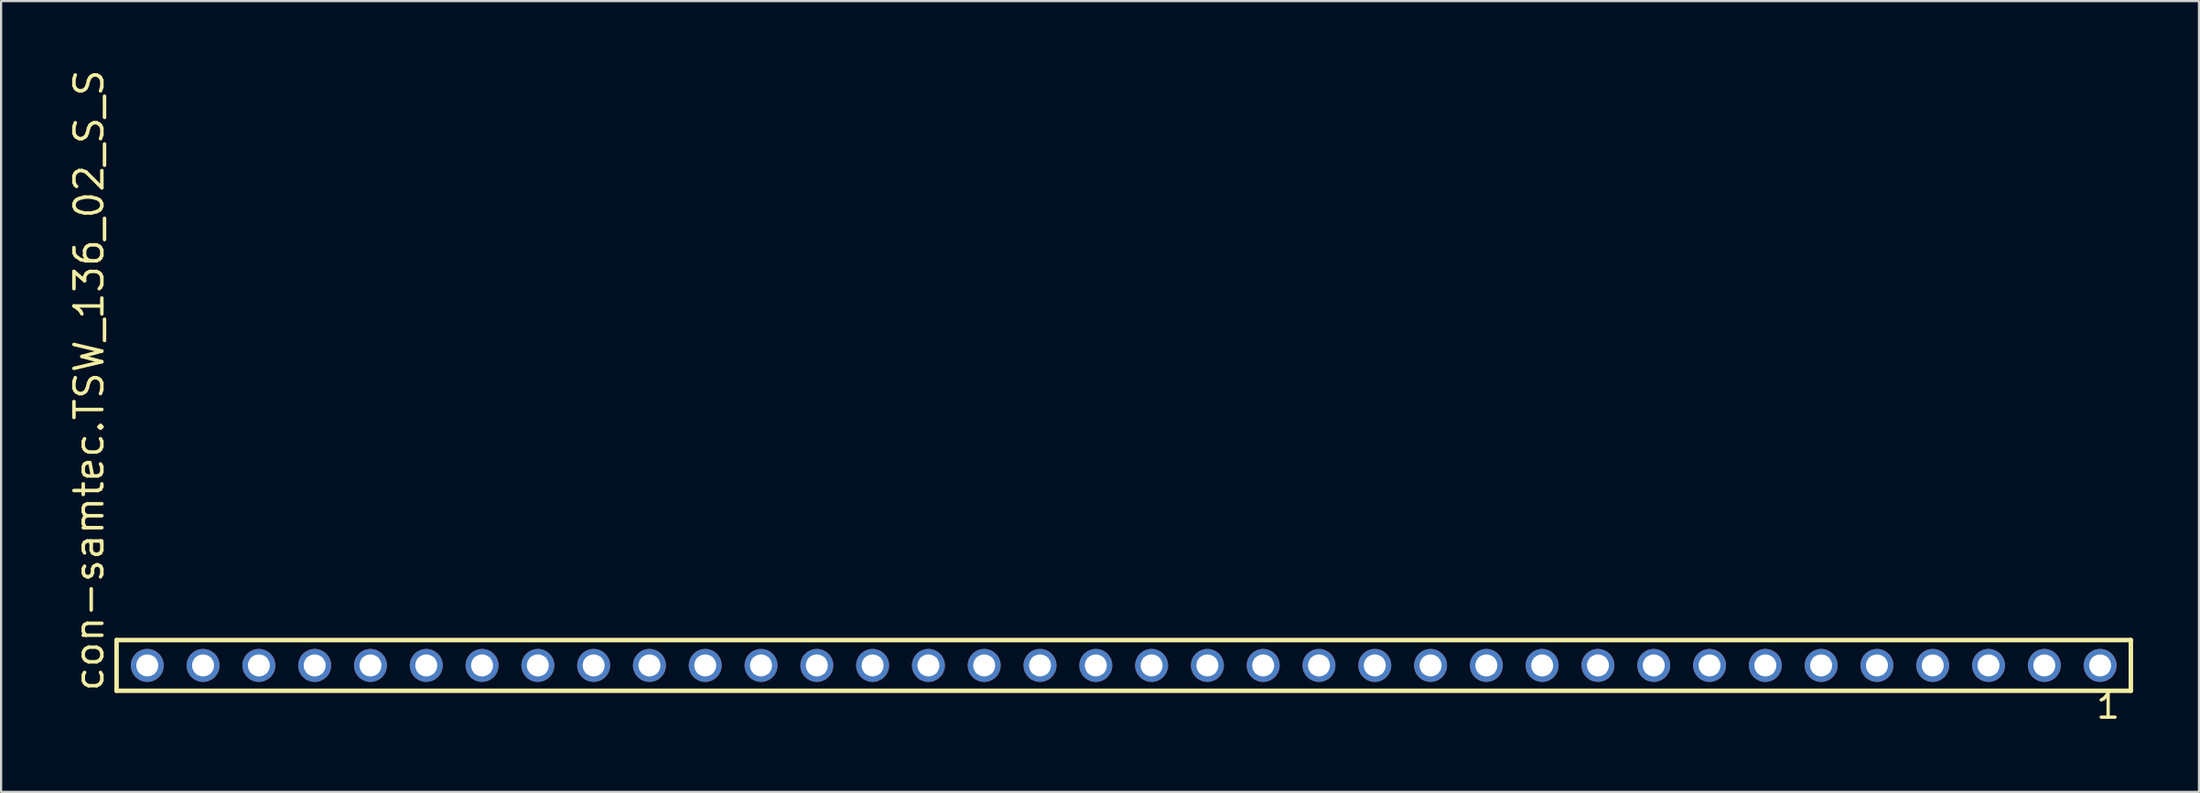
<source format=kicad_pcb>
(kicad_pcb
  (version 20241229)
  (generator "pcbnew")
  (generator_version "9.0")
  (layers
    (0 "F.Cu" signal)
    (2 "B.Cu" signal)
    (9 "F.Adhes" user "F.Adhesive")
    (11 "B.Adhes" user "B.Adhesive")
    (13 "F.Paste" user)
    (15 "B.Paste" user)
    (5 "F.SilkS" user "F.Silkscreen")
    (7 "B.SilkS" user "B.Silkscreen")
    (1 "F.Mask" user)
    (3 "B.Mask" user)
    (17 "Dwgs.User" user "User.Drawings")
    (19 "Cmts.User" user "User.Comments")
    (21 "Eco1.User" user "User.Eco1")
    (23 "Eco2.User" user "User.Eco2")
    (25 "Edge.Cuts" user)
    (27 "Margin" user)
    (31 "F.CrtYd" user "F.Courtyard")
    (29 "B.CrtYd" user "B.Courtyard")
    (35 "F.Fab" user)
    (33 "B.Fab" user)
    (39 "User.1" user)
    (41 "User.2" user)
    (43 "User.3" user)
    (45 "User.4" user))
  (footprint "con-samtec.TSW_136_02_S_S"
    (layer "F.Cu")
    (at 48.105 27.259)
    (property "Reference" "con-samtec.TSW_136_02_S_S" (at -46.355 1.27 90) (layer "F.SilkS") (effects (font (size 1.27 1.27) (thickness 0.16)) (justify left bottom)))
    (attr through_hole)
    (fp_line (start -45.849 -1.155) (end 45.849 -1.155) (stroke (width 0.203) (type default)) (layer "F.SilkS"))
    (fp_line (start -45.849 1.155) (end -45.849 -1.155) (stroke (width 0.203) (type default)) (layer "F.SilkS"))
    (fp_line (start 45.849 -1.155) (end 45.849 1.155) (stroke (width 0.203) (type default)) (layer "F.SilkS"))
    (fp_line (start 45.849 1.155) (end -45.849 1.155) (stroke (width 0.203) (type default)) (layer "F.SilkS"))
    (fp_rect (start -44.8 0.35) (end -44.1 -0.35) (stroke (width 0.05) (type default)) (fill no) (layer "F.Fab"))
    (fp_rect (start -42.26 0.35) (end -41.56 -0.35) (stroke (width 0.05) (type default)) (fill no) (layer "F.Fab"))
    (fp_rect (start -39.72 0.35) (end -39.02 -0.35) (stroke (width 0.05) (type default)) (fill no) (layer "F.Fab"))
    (fp_rect (start -37.18 0.35) (end -36.48 -0.35) (stroke (width 0.05) (type default)) (fill no) (layer "F.Fab"))
    (fp_rect (start -34.64 0.35) (end -33.94 -0.35) (stroke (width 0.05) (type default)) (fill no) (layer "F.Fab"))
    (fp_rect (start -32.1 0.35) (end -31.4 -0.35) (stroke (width 0.05) (type default)) (fill no) (layer "F.Fab"))
    (fp_rect (start -29.56 0.35) (end -28.86 -0.35) (stroke (width 0.05) (type default)) (fill no) (layer "F.Fab"))
    (fp_rect (start -27.02 0.35) (end -26.32 -0.35) (stroke (width 0.05) (type default)) (fill no) (layer "F.Fab"))
    (fp_rect (start -24.48 0.35) (end -23.78 -0.35) (stroke (width 0.05) (type default)) (fill no) (layer "F.Fab"))
    (fp_rect (start -21.94 0.35) (end -21.24 -0.35) (stroke (width 0.05) (type default)) (fill no) (layer "F.Fab"))
    (fp_rect (start -19.4 0.35) (end -18.7 -0.35) (stroke (width 0.05) (type default)) (fill no) (layer "F.Fab"))
    (fp_rect (start -16.86 0.35) (end -16.16 -0.35) (stroke (width 0.05) (type default)) (fill no) (layer "F.Fab"))
    (fp_rect (start -14.32 0.35) (end -13.62 -0.35) (stroke (width 0.05) (type default)) (fill no) (layer "F.Fab"))
    (fp_rect (start -11.78 0.35) (end -11.08 -0.35) (stroke (width 0.05) (type default)) (fill no) (layer "F.Fab"))
    (fp_rect (start -9.24 0.35) (end -8.54 -0.35) (stroke (width 0.05) (type default)) (fill no) (layer "F.Fab"))
    (fp_rect (start -6.7 0.35) (end -6 -0.35) (stroke (width 0.05) (type default)) (fill no) (layer "F.Fab"))
    (fp_rect (start -4.16 0.35) (end -3.46 -0.35) (stroke (width 0.05) (type default)) (fill no) (layer "F.Fab"))
    (fp_rect (start -1.62 0.35) (end -0.92 -0.35) (stroke (width 0.05) (type default)) (fill no) (layer "F.Fab"))
    (fp_rect (start 0.92 0.35) (end 1.62 -0.35) (stroke (width 0.05) (type default)) (fill no) (layer "F.Fab"))
    (fp_rect (start 3.46 0.35) (end 4.16 -0.35) (stroke (width 0.05) (type default)) (fill no) (layer "F.Fab"))
    (fp_rect (start 6 0.35) (end 6.7 -0.35) (stroke (width 0.05) (type default)) (fill no) (layer "F.Fab"))
    (fp_rect (start 8.54 0.35) (end 9.24 -0.35) (stroke (width 0.05) (type default)) (fill no) (layer "F.Fab"))
    (fp_rect (start 11.08 0.35) (end 11.78 -0.35) (stroke (width 0.05) (type default)) (fill no) (layer "F.Fab"))
    (fp_rect (start 13.62 0.35) (end 14.32 -0.35) (stroke (width 0.05) (type default)) (fill no) (layer "F.Fab"))
    (fp_rect (start 16.16 0.35) (end 16.86 -0.35) (stroke (width 0.05) (type default)) (fill no) (layer "F.Fab"))
    (fp_rect (start 18.7 0.35) (end 19.4 -0.35) (stroke (width 0.05) (type default)) (fill no) (layer "F.Fab"))
    (fp_rect (start 21.24 0.35) (end 21.94 -0.35) (stroke (width 0.05) (type default)) (fill no) (layer "F.Fab"))
    (fp_rect (start 23.78 0.35) (end 24.48 -0.35) (stroke (width 0.05) (type default)) (fill no) (layer "F.Fab"))
    (fp_rect (start 26.32 0.35) (end 27.02 -0.35) (stroke (width 0.05) (type default)) (fill no) (layer "F.Fab"))
    (fp_rect (start 28.86 0.35) (end 29.56 -0.35) (stroke (width 0.05) (type default)) (fill no) (layer "F.Fab"))
    (fp_rect (start 31.4 0.35) (end 32.1 -0.35) (stroke (width 0.05) (type default)) (fill no) (layer "F.Fab"))
    (fp_rect (start 33.94 0.35) (end 34.64 -0.35) (stroke (width 0.05) (type default)) (fill no) (layer "F.Fab"))
    (fp_rect (start 36.48 0.35) (end 37.18 -0.35) (stroke (width 0.05) (type default)) (fill no) (layer "F.Fab"))
    (fp_rect (start 39.02 0.35) (end 39.72 -0.35) (stroke (width 0.05) (type default)) (fill no) (layer "F.Fab"))
    (fp_rect (start 41.56 0.35) (end 42.26 -0.35) (stroke (width 0.05) (type default)) (fill no) (layer "F.Fab"))
    (fp_rect (start 44.1 0.35) (end 44.8 -0.35) (stroke (width 0.05) (type default)) (fill no) (layer "F.Fab"))
    (fp_text user "1" (at 44.192 2.498 0) (layer "F.SilkS") (effects (font (size 1.1 1.1) (thickness 0.15)) (justify left bottom)))
    (pad "1" thru_hole circle (at 44.45 0 180) (size 1.5 1.5) (drill 1) (layers "*.Cu" "*.Mask"))
    (pad "2" thru_hole circle (at 41.91 0 180) (size 1.5 1.5) (drill 1) (layers "*.Cu" "*.Mask"))
    (pad "3" thru_hole circle (at 39.37 0 180) (size 1.5 1.5) (drill 1) (layers "*.Cu" "*.Mask"))
    (pad "4" thru_hole circle (at 36.83 0 180) (size 1.5 1.5) (drill 1) (layers "*.Cu" "*.Mask"))
    (pad "5" thru_hole circle (at 34.29 0 180) (size 1.5 1.5) (drill 1) (layers "*.Cu" "*.Mask"))
    (pad "6" thru_hole circle (at 31.75 0 180) (size 1.5 1.5) (drill 1) (layers "*.Cu" "*.Mask"))
    (pad "7" thru_hole circle (at 29.21 0 180) (size 1.5 1.5) (drill 1) (layers "*.Cu" "*.Mask"))
    (pad "8" thru_hole circle (at 26.67 0 180) (size 1.5 1.5) (drill 1) (layers "*.Cu" "*.Mask"))
    (pad "9" thru_hole circle (at 24.13 0 180) (size 1.5 1.5) (drill 1) (layers "*.Cu" "*.Mask"))
    (pad "10" thru_hole circle (at 21.59 0 180) (size 1.5 1.5) (drill 1) (layers "*.Cu" "*.Mask"))
    (pad "11" thru_hole circle (at 19.05 0 180) (size 1.5 1.5) (drill 1) (layers "*.Cu" "*.Mask"))
    (pad "12" thru_hole circle (at 16.51 0 180) (size 1.5 1.5) (drill 1) (layers "*.Cu" "*.Mask"))
    (pad "13" thru_hole circle (at 13.97 0 180) (size 1.5 1.5) (drill 1) (layers "*.Cu" "*.Mask"))
    (pad "14" thru_hole circle (at 11.43 0 180) (size 1.5 1.5) (drill 1) (layers "*.Cu" "*.Mask"))
    (pad "15" thru_hole circle (at 8.89 0 180) (size 1.5 1.5) (drill 1) (layers "*.Cu" "*.Mask"))
    (pad "16" thru_hole circle (at 6.35 0 180) (size 1.5 1.5) (drill 1) (layers "*.Cu" "*.Mask"))
    (pad "17" thru_hole circle (at 3.81 0 180) (size 1.5 1.5) (drill 1) (layers "*.Cu" "*.Mask"))
    (pad "18" thru_hole circle (at 1.27 0 180) (size 1.5 1.5) (drill 1) (layers "*.Cu" "*.Mask"))
    (pad "19" thru_hole circle (at -1.27 0 180) (size 1.5 1.5) (drill 1) (layers "*.Cu" "*.Mask"))
    (pad "20" thru_hole circle (at -3.81 0 180) (size 1.5 1.5) (drill 1) (layers "*.Cu" "*.Mask"))
    (pad "21" thru_hole circle (at -6.35 0 180) (size 1.5 1.5) (drill 1) (layers "*.Cu" "*.Mask"))
    (pad "22" thru_hole circle (at -8.89 0 180) (size 1.5 1.5) (drill 1) (layers "*.Cu" "*.Mask"))
    (pad "23" thru_hole circle (at -11.43 0 180) (size 1.5 1.5) (drill 1) (layers "*.Cu" "*.Mask"))
    (pad "24" thru_hole circle (at -13.97 0 180) (size 1.5 1.5) (drill 1) (layers "*.Cu" "*.Mask"))
    (pad "25" thru_hole circle (at -16.51 0 180) (size 1.5 1.5) (drill 1) (layers "*.Cu" "*.Mask"))
    (pad "26" thru_hole circle (at -19.05 0 180) (size 1.5 1.5) (drill 1) (layers "*.Cu" "*.Mask"))
    (pad "27" thru_hole circle (at -21.59 0 180) (size 1.5 1.5) (drill 1) (layers "*.Cu" "*.Mask"))
    (pad "28" thru_hole circle (at -24.13 0 180) (size 1.5 1.5) (drill 1) (layers "*.Cu" "*.Mask"))
    (pad "29" thru_hole circle (at -26.67 0 180) (size 1.5 1.5) (drill 1) (layers "*.Cu" "*.Mask"))
    (pad "30" thru_hole circle (at -29.21 0 180) (size 1.5 1.5) (drill 1) (layers "*.Cu" "*.Mask"))
    (pad "31" thru_hole circle (at -31.75 0 180) (size 1.5 1.5) (drill 1) (layers "*.Cu" "*.Mask"))
    (pad "32" thru_hole circle (at -34.29 0 180) (size 1.5 1.5) (drill 1) (layers "*.Cu" "*.Mask"))
    (pad "33" thru_hole circle (at -36.83 0 180) (size 1.5 1.5) (drill 1) (layers "*.Cu" "*.Mask"))
    (pad "34" thru_hole circle (at -39.37 0 180) (size 1.5 1.5) (drill 1) (layers "*.Cu" "*.Mask"))
    (pad "35" thru_hole circle (at -41.91 0 180) (size 1.5 1.5) (drill 1) (layers "*.Cu" "*.Mask"))
    (pad "36" thru_hole circle (at -44.45 0 180) (size 1.5 1.5) (drill 1) (layers "*.Cu" "*.Mask")))
  (gr_rect
    (start -3 -3)
    (end 97.056 33.02)
    (stroke (width 0.1) (type default))
    (fill no)
    (layer "Edge.Cuts")))
</source>
